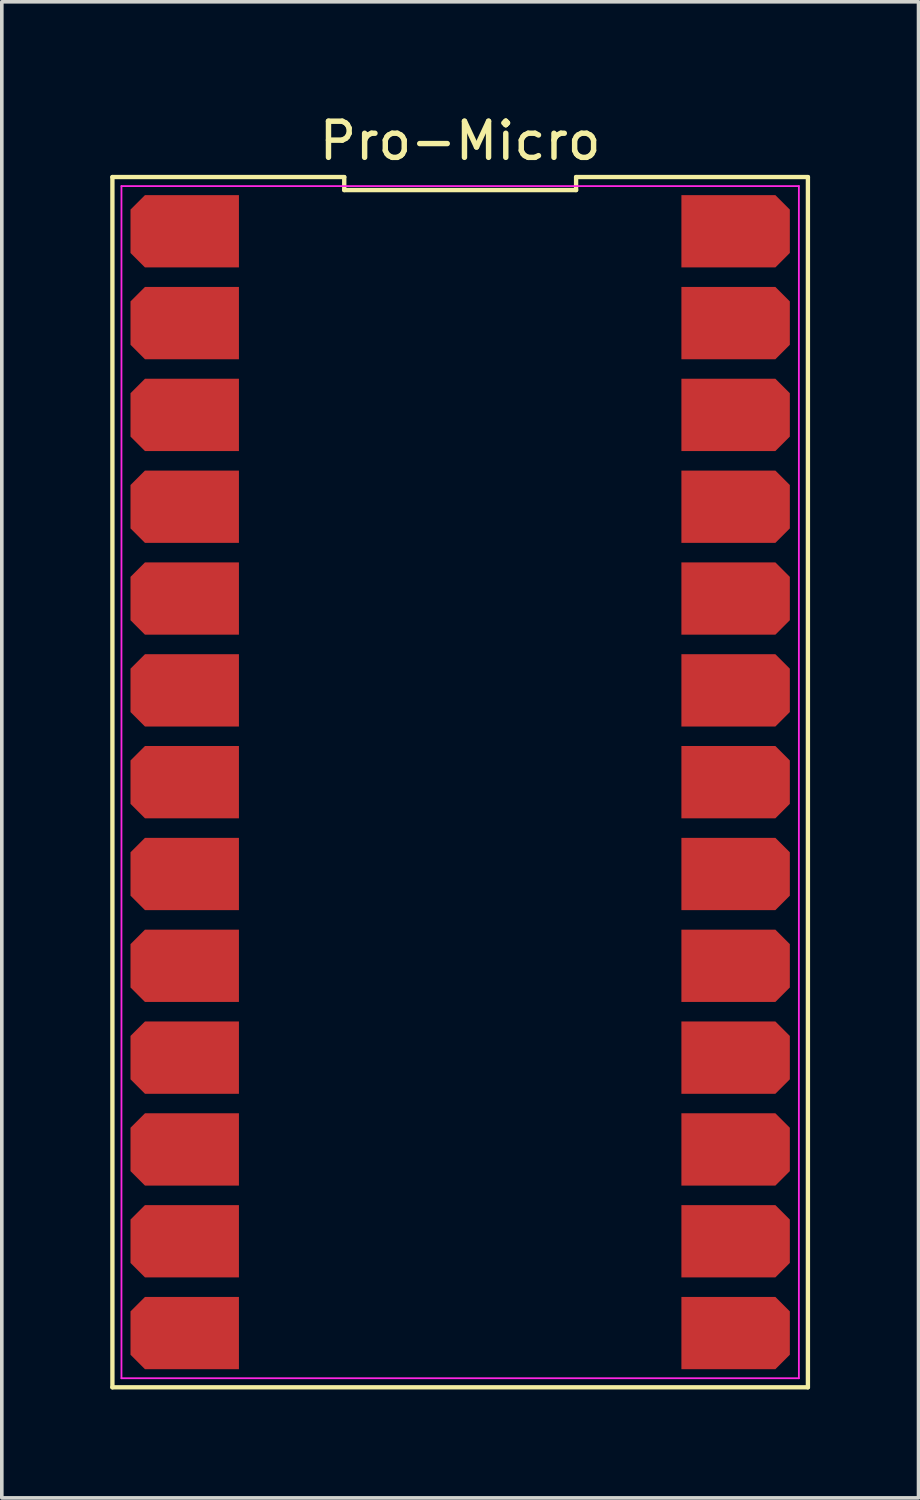
<source format=kicad_pcb>
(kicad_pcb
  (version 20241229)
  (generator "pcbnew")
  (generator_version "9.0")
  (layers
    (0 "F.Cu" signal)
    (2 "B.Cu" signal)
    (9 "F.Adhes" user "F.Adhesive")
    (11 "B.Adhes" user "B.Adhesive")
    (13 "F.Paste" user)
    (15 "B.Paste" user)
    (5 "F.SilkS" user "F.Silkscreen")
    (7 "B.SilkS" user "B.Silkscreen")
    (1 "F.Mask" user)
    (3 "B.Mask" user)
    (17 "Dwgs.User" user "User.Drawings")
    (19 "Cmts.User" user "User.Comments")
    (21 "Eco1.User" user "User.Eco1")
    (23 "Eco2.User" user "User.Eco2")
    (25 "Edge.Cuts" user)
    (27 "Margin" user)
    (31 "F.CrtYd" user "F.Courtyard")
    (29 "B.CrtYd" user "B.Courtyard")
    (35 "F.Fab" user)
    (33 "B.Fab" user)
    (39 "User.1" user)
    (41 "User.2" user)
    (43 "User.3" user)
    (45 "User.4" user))
  (footprint "Pro-Micro"
    (layer "F.Cu")
    (at 9.63 18.613)
    (property "Reference" "Pro-Micro" (at 0.05 -17.765 0) (layer "F.SilkS") (effects (font (size 1 1) (thickness 0.15))))
    (fp_line (start -9.57 16.715) (end 9.67 16.715) (stroke (width 0.12) (type default)) (layer "F.SilkS"))
    (fp_line (start -9.57 -16.765) (end -9.57 16.715) (stroke (width 0.12) (type default)) (layer "F.SilkS"))
    (fp_line (start -3.157 -16.765) (end -9.57 -16.765) (stroke (width 0.12) (type default)) (layer "F.SilkS"))
    (fp_line (start -3.157 -16.405) (end -3.157 -16.765) (stroke (width 0.12) (type default)) (layer "F.SilkS"))
    (fp_line (start 3.257 -16.765) (end 3.257 -16.405) (stroke (width 0.12) (type default)) (layer "F.SilkS"))
    (fp_line (start 3.257 -16.405) (end -3.157 -16.405) (stroke (width 0.12) (type default)) (layer "F.SilkS"))
    (fp_line (start 9.67 16.715) (end 9.67 -16.765) (stroke (width 0.12) (type default)) (layer "F.SilkS"))
    (fp_line (start 9.67 -16.765) (end 3.257 -16.765) (stroke (width 0.12) (type default)) (layer "F.SilkS"))
    (fp_line (start -9.32 -16.515) (end 9.42 -16.515) (stroke (width 0.05) (type default)) (layer "F.CrtYd"))
    (fp_line (start -9.32 16.465) (end -9.32 -16.515) (stroke (width 0.05) (type default)) (layer "F.CrtYd"))
    (fp_line (start 9.42 -16.515) (end 9.42 16.465) (stroke (width 0.05) (type default)) (layer "F.CrtYd"))
    (fp_line (start 9.42 16.465) (end -9.32 16.465) (stroke (width 0.05) (type default)) (layer "F.CrtYd"))
    (pad "1" connect roundrect (at -7.57 -15.265 270) (size 2 3) (layers "F.Cu" "F.Mask") (roundrect_rratio 0) (chamfer_ratio 0.2) (chamfer bottom_left bottom_right))
    (pad "2" connect roundrect (at -7.57 -12.725 270) (size 2 3) (layers "F.Cu" "F.Mask") (roundrect_rratio 0) (chamfer_ratio 0.2) (chamfer bottom_left bottom_right))
    (pad "3" connect roundrect (at -7.57 -10.185 270) (size 2 3) (layers "F.Cu" "F.Mask") (roundrect_rratio 0) (chamfer_ratio 0.2) (chamfer bottom_left bottom_right))
    (pad "4" connect roundrect (at -7.57 -7.645 270) (size 2 3) (layers "F.Cu" "F.Mask") (roundrect_rratio 0) (chamfer_ratio 0.2) (chamfer bottom_left bottom_right))
    (pad "5" connect roundrect (at -7.57 -5.105 270) (size 2 3) (layers "F.Cu" "F.Mask") (roundrect_rratio 0) (chamfer_ratio 0.2) (chamfer bottom_left bottom_right))
    (pad "6" connect roundrect (at -7.57 -2.565 270) (size 2 3) (layers "F.Cu" "F.Mask") (roundrect_rratio 0) (chamfer_ratio 0.2) (chamfer bottom_left bottom_right))
    (pad "7" connect roundrect (at -7.57 -0.025 270) (size 2 3) (layers "F.Cu" "F.Mask") (roundrect_rratio 0) (chamfer_ratio 0.2) (chamfer bottom_left bottom_right))
    (pad "8" connect roundrect (at -7.57 2.515 270) (size 2 3) (layers "F.Cu" "F.Mask") (roundrect_rratio 0) (chamfer_ratio 0.2) (chamfer bottom_left bottom_right))
    (pad "9" connect roundrect (at -7.57 5.055 270) (size 2 3) (layers "F.Cu" "F.Mask") (roundrect_rratio 0) (chamfer_ratio 0.2) (chamfer bottom_left bottom_right))
    (pad "10" connect roundrect (at -7.57 7.595 270) (size 2 3) (layers "F.Cu" "F.Mask") (roundrect_rratio 0) (chamfer_ratio 0.2) (chamfer bottom_left bottom_right))
    (pad "11" connect roundrect (at -7.57 10.135 270) (size 2 3) (layers "F.Cu" "F.Mask") (roundrect_rratio 0) (chamfer_ratio 0.2) (chamfer bottom_left bottom_right))
    (pad "12" connect roundrect (at -7.57 12.675 270) (size 2 3) (layers "F.Cu" "F.Mask") (roundrect_rratio 0) (chamfer_ratio 0.2) (chamfer bottom_left bottom_right))
    (pad "13" connect roundrect (at -7.57 15.215 270) (size 2 3) (layers "F.Cu" "F.Mask") (roundrect_rratio 0) (chamfer_ratio 0.2) (chamfer bottom_left bottom_right))
    (pad "14" connect roundrect (at 7.67 -15.265 270) (size 2 3) (layers "F.Cu" "F.Mask") (roundrect_rratio 0) (chamfer_ratio 0.2) (chamfer top_left top_right))
    (pad "15" connect roundrect (at 7.67 -12.725 270) (size 2 3) (layers "F.Cu" "F.Mask") (roundrect_rratio 0) (chamfer_ratio 0.2) (chamfer top_left top_right))
    (pad "16" connect roundrect (at 7.67 -10.185 270) (size 2 3) (layers "F.Cu" "F.Mask") (roundrect_rratio 0) (chamfer_ratio 0.2) (chamfer top_left top_right))
    (pad "17" connect roundrect (at 7.67 -7.645 270) (size 2 3) (layers "F.Cu" "F.Mask") (roundrect_rratio 0) (chamfer_ratio 0.2) (chamfer top_left top_right))
    (pad "18" connect roundrect (at 7.67 -5.105 270) (size 2 3) (layers "F.Cu" "F.Mask") (roundrect_rratio 0) (chamfer_ratio 0.2) (chamfer top_left top_right))
    (pad "19" connect roundrect (at 7.67 -2.565 270) (size 2 3) (layers "F.Cu" "F.Mask") (roundrect_rratio 0) (chamfer_ratio 0.2) (chamfer top_left top_right))
    (pad "20" connect roundrect (at 7.67 -0.025 270) (size 2 3) (layers "F.Cu" "F.Mask") (roundrect_rratio 0) (chamfer_ratio 0.2) (chamfer top_left top_right))
    (pad "21" connect roundrect (at 7.67 2.515 270) (size 2 3) (layers "F.Cu" "F.Mask") (roundrect_rratio 0) (chamfer_ratio 0.2) (chamfer top_left top_right))
    (pad "22" connect roundrect (at 7.67 5.055 270) (size 2 3) (layers "F.Cu" "F.Mask") (roundrect_rratio 0) (chamfer_ratio 0.2) (chamfer top_left top_right))
    (pad "23" connect roundrect (at 7.67 7.595 270) (size 2 3) (layers "F.Cu" "F.Mask") (roundrect_rratio 0) (chamfer_ratio 0.2) (chamfer top_left top_right))
    (pad "24" connect roundrect (at 7.67 10.135 270) (size 2 3) (layers "F.Cu" "F.Mask") (roundrect_rratio 0) (chamfer_ratio 0.2) (chamfer top_left top_right))
    (pad "25" connect roundrect (at 7.67 12.675 270) (size 2 3) (layers "F.Cu" "F.Mask") (roundrect_rratio 0) (chamfer_ratio 0.2) (chamfer top_left top_right))
    (pad "26" connect roundrect (at 7.67 15.215 270) (size 2 3) (layers "F.Cu" "F.Mask") (roundrect_rratio 0) (chamfer_ratio 0.2) (chamfer top_left top_right)))
  (gr_rect
    (start -3 -3)
    (end 22.36 38.388)
    (stroke (width 0.1) (type default))
    (fill no)
    (layer "Edge.Cuts")))
</source>
